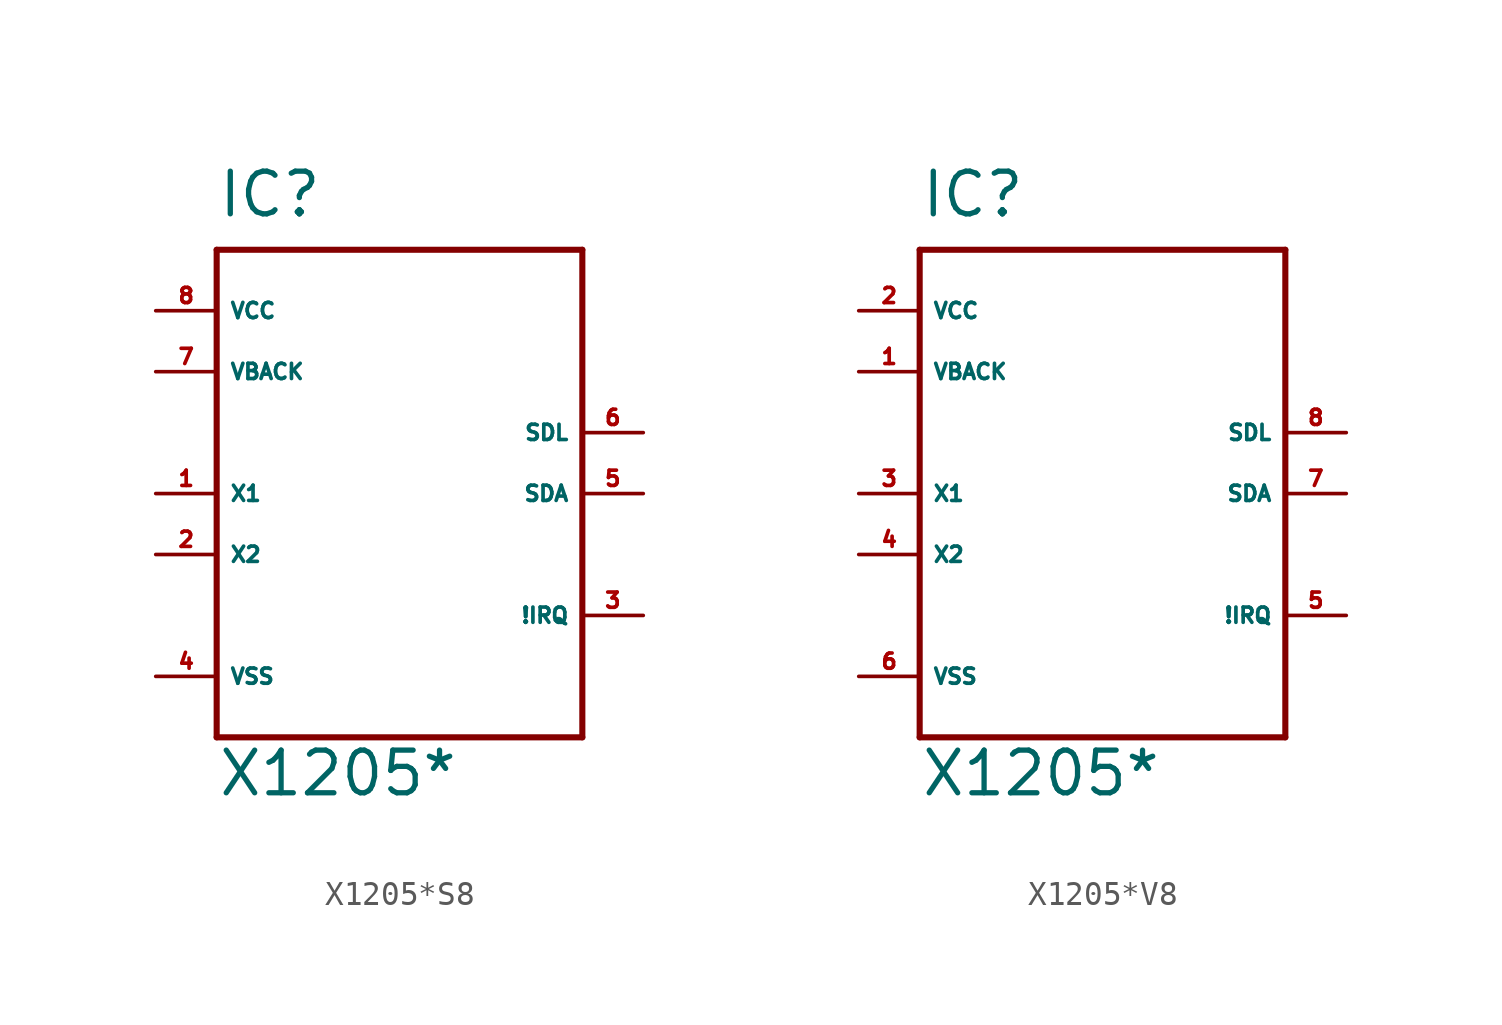
<source format=kicad_sym>
(kicad_symbol_lib
  (version 20220914)
  (generator Eagle2Kicad)
  (symbol "X1205*S8"
    (property "Reference" "IC"
      (at -7.62 11.43 0)
      (effects (font (size 1.778 1.778) (thickness 0.22)) (justify left bottom)))
    (property "Value" "X1205*"
      (at -7.62 -12.7 0)
      (effects (font (size 1.778 1.778) (thickness 0.22)) (justify left bottom)))
    (polyline
      (pts (xy -7.62 10.16) (xy 7.62 10.16))
      (stroke (width 0.254) (type default))
      (fill (type none)))
    (polyline
      (pts (xy 7.62 10.16) (xy 7.62 -10.16))
      (stroke (width 0.254) (type default))
      (fill (type none)))
    (polyline
      (pts (xy 7.62 -10.16) (xy -7.62 -10.16))
      (stroke (width 0.254) (type default))
      (fill (type none)))
    (polyline
      (pts (xy -7.62 -10.16) (xy -7.62 10.16))
      (stroke (width 0.254) (type default))
      (fill (type none)))
    (pin input line
      (at -10.16 5.08 0)
      (length 2.54)
      (name "VBACK" (effects (font (size 0.635 0.635) (thickness 0.08)) (justify left bottom)))
      (number "7" (effects (font (size 0.635 0.635) (thickness 0.08)) (justify left bottom))))
    (pin unspecified line
      (at -10.16 7.62 0)
      (length 2.54)
      (name "VCC" (effects (font (size 0.635 0.635) (thickness 0.08)) (justify left bottom)))
      (number "8" (effects (font (size 0.635 0.635) (thickness 0.08)) (justify left bottom))))
    (pin input line
      (at -10.16 0 0)
      (length 2.54)
      (name "X1" (effects (font (size 0.635 0.635) (thickness 0.08)) (justify left bottom)))
      (number "1" (effects (font (size 0.635 0.635) (thickness 0.08)) (justify left bottom))))
    (pin output line
      (at -10.16 -2.54 0)
      (length 2.54)
      (name "X2" (effects (font (size 0.635 0.635) (thickness 0.08)) (justify left bottom)))
      (number "2" (effects (font (size 0.635 0.635) (thickness 0.08)) (justify left bottom))))
    (pin output line
      (at 10.16 -5.08 180)
      (length 2.54)
      (name "!IRQ" (effects (font (size 0.635 0.635) (thickness 0.08)) (justify left bottom)))
      (number "3" (effects (font (size 0.635 0.635) (thickness 0.08)) (justify left bottom))))
    (pin unspecified line
      (at -10.16 -7.62 0)
      (length 2.54)
      (name "VSS" (effects (font (size 0.635 0.635) (thickness 0.08)) (justify left bottom)))
      (number "4" (effects (font (size 0.635 0.635) (thickness 0.08)) (justify left bottom))))
    (pin bidirectional line
      (at 10.16 0 180)
      (length 2.54)
      (name "SDA" (effects (font (size 0.635 0.635) (thickness 0.08)) (justify left bottom)))
      (number "5" (effects (font (size 0.635 0.635) (thickness 0.08)) (justify left bottom))))
    (pin input line
      (at 10.16 2.54 180)
      (length 2.54)
      (name "SDL" (effects (font (size 0.635 0.635) (thickness 0.08)) (justify left bottom)))
      (number "6" (effects (font (size 0.635 0.635) (thickness 0.08)) (justify left bottom)))))
  (symbol "X1205*V8"
    (property "Reference" "IC"
      (at -7.62 11.43 0)
      (effects (font (size 1.778 1.778) (thickness 0.22)) (justify left bottom)))
    (property "Value" "X1205*"
      (at -7.62 -12.7 0)
      (effects (font (size 1.778 1.778) (thickness 0.22)) (justify left bottom)))
    (polyline
      (pts (xy -7.62 10.16) (xy 7.62 10.16))
      (stroke (width 0.254) (type default))
      (fill (type none)))
    (polyline
      (pts (xy 7.62 10.16) (xy 7.62 -10.16))
      (stroke (width 0.254) (type default))
      (fill (type none)))
    (polyline
      (pts (xy 7.62 -10.16) (xy -7.62 -10.16))
      (stroke (width 0.254) (type default))
      (fill (type none)))
    (polyline
      (pts (xy -7.62 -10.16) (xy -7.62 10.16))
      (stroke (width 0.254) (type default))
      (fill (type none)))
    (pin input line
      (at -10.16 5.08 0)
      (length 2.54)
      (name "VBACK" (effects (font (size 0.635 0.635) (thickness 0.08)) (justify left bottom)))
      (number "1" (effects (font (size 0.635 0.635) (thickness 0.08)) (justify left bottom))))
    (pin unspecified line
      (at -10.16 7.62 0)
      (length 2.54)
      (name "VCC" (effects (font (size 0.635 0.635) (thickness 0.08)) (justify left bottom)))
      (number "2" (effects (font (size 0.635 0.635) (thickness 0.08)) (justify left bottom))))
    (pin input line
      (at -10.16 0 0)
      (length 2.54)
      (name "X1" (effects (font (size 0.635 0.635) (thickness 0.08)) (justify left bottom)))
      (number "3" (effects (font (size 0.635 0.635) (thickness 0.08)) (justify left bottom))))
    (pin output line
      (at -10.16 -2.54 0)
      (length 2.54)
      (name "X2" (effects (font (size 0.635 0.635) (thickness 0.08)) (justify left bottom)))
      (number "4" (effects (font (size 0.635 0.635) (thickness 0.08)) (justify left bottom))))
    (pin output line
      (at 10.16 -5.08 180)
      (length 2.54)
      (name "!IRQ" (effects (font (size 0.635 0.635) (thickness 0.08)) (justify left bottom)))
      (number "5" (effects (font (size 0.635 0.635) (thickness 0.08)) (justify left bottom))))
    (pin unspecified line
      (at -10.16 -7.62 0)
      (length 2.54)
      (name "VSS" (effects (font (size 0.635 0.635) (thickness 0.08)) (justify left bottom)))
      (number "6" (effects (font (size 0.635 0.635) (thickness 0.08)) (justify left bottom))))
    (pin bidirectional line
      (at 10.16 0 180)
      (length 2.54)
      (name "SDA" (effects (font (size 0.635 0.635) (thickness 0.08)) (justify left bottom)))
      (number "7" (effects (font (size 0.635 0.635) (thickness 0.08)) (justify left bottom))))
    (pin input line
      (at 10.16 2.54 180)
      (length 2.54)
      (name "SDL" (effects (font (size 0.635 0.635) (thickness 0.08)) (justify left bottom)))
      (number "8" (effects (font (size 0.635 0.635) (thickness 0.08)) (justify left bottom))))))
</source>
